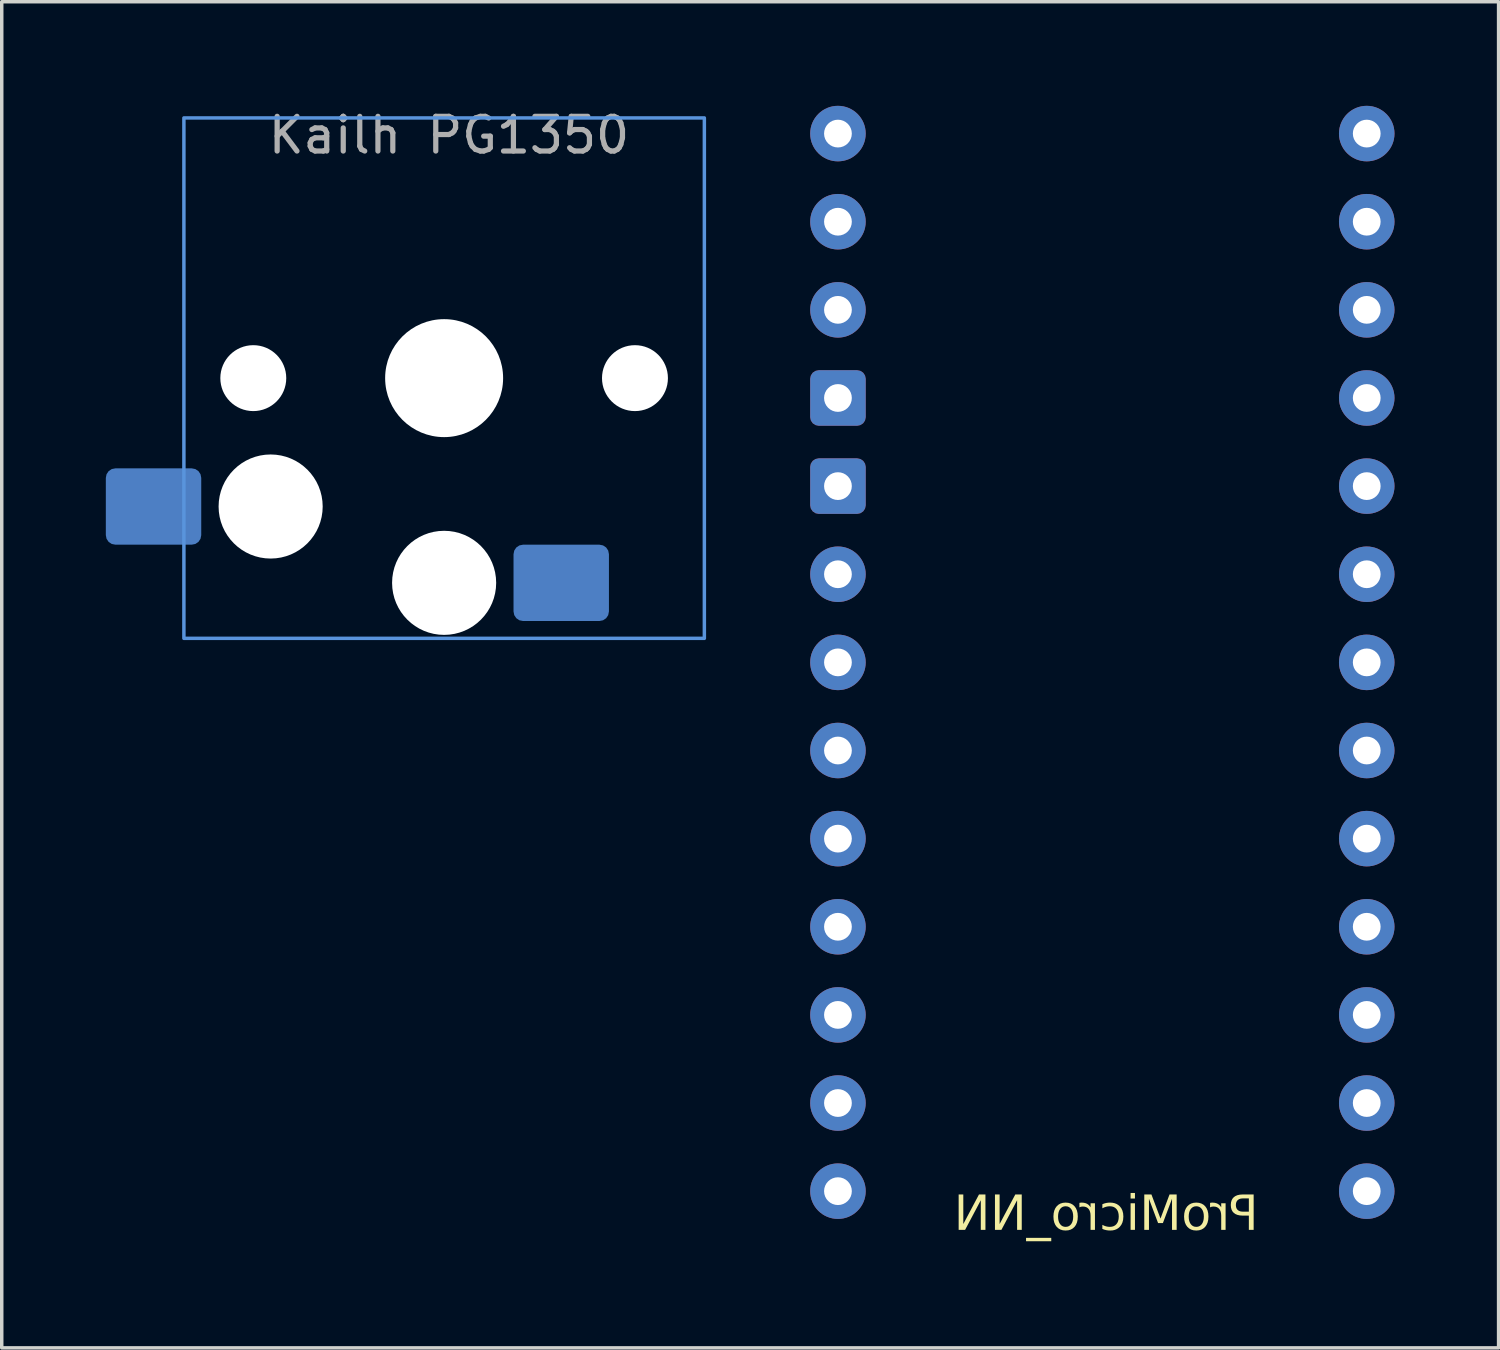
<source format=kicad_pcb>
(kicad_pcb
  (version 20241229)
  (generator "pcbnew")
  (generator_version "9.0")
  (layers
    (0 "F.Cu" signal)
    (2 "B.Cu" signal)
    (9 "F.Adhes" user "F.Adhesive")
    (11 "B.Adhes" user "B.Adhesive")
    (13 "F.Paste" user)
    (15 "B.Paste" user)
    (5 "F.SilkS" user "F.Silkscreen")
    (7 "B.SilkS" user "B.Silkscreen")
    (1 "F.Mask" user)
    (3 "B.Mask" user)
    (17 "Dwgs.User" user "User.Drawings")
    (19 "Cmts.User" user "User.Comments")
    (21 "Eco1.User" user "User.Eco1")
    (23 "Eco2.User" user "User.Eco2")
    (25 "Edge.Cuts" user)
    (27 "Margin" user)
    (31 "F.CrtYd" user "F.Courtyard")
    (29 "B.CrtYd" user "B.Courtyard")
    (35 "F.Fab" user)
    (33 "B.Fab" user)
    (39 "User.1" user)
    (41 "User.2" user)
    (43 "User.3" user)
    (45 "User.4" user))
  (footprint "ProMicro_NN"
    (layer "F.Cu")
    (at 29.1 15.92)
    (property "Reference" "ProMicro_NN" (at -0.27 16.06 0) (unlocked yes) (layer "F.SilkS") (effects (font (face "Fira Code") (size 1 1) (thickness 0.1)) (justify mirror)))
    (attr smd)
    (pad "" thru_hole circle (at -8 -15.12) (size 1.6 1.6) (drill 0.8) (layers "*.Cu" "*.Mask"))
    (pad "" thru_hole circle (at 7.24 -15.12) (size 1.6 1.6) (drill 0.8) (layers "*.Cu" "*.Mask"))
    (pad "1" thru_hole circle (at -8 -12.58) (size 1.6 1.6) (drill 0.8) (layers "*.Cu" "*.Mask"))
    (pad "2" thru_hole circle (at -8 -10.04) (size 1.6 1.6) (drill 0.8) (layers "*.Cu" "*.Mask"))
    (pad "3" thru_hole roundrect (at -8 -7.5) (size 1.6 1.6) (drill 0.8) (layers "*.Cu" "*.Mask") (roundrect_rratio 0.156))
    (pad "4" thru_hole roundrect (at -8 -4.96) (size 1.6 1.6) (drill 0.8) (layers "*.Cu" "*.Mask") (roundrect_rratio 0.156))
    (pad "5" thru_hole circle (at -8 -2.42) (size 1.6 1.6) (drill 0.8) (layers "*.Cu" "*.Mask"))
    (pad "6" thru_hole circle (at -8 0.12) (size 1.6 1.6) (drill 0.8) (layers "*.Cu" "*.Mask"))
    (pad "7" thru_hole circle (at -8 2.66) (size 1.6 1.6) (drill 0.8) (layers "*.Cu" "*.Mask"))
    (pad "8" thru_hole circle (at -8 5.2) (size 1.6 1.6) (drill 0.8) (layers "*.Cu" "*.Mask"))
    (pad "9" thru_hole circle (at -8 7.74) (size 1.6 1.6) (drill 0.8) (layers "*.Cu" "*.Mask"))
    (pad "10" thru_hole circle (at -8 10.28) (size 1.6 1.6) (drill 0.8) (layers "*.Cu" "*.Mask"))
    (pad "11" thru_hole circle (at -8 12.82) (size 1.6 1.6) (drill 0.8) (layers "*.Cu" "*.Mask"))
    (pad "12" thru_hole circle (at -8 15.36) (size 1.6 1.6) (drill 0.8) (layers "*.Cu" "*.Mask"))
    (pad "13" thru_hole circle (at 7.24 15.36) (size 1.6 1.6) (drill 0.8) (layers "*.Cu" "*.Mask"))
    (pad "14" thru_hole circle (at 7.24 12.82) (size 1.6 1.6) (drill 0.8) (layers "*.Cu" "*.Mask"))
    (pad "15" thru_hole circle (at 7.24 10.28) (size 1.6 1.6) (drill 0.8) (layers "*.Cu" "*.Mask"))
    (pad "16" thru_hole circle (at 7.24 7.74) (size 1.6 1.6) (drill 0.8) (layers "*.Cu" "*.Mask"))
    (pad "17" thru_hole circle (at 7.24 5.2) (size 1.6 1.6) (drill 0.8) (layers "*.Cu" "*.Mask"))
    (pad "18" thru_hole circle (at 7.24 2.66) (size 1.6 1.6) (drill 0.8) (layers "*.Cu" "*.Mask"))
    (pad "19" thru_hole circle (at 7.24 0.12) (size 1.6 1.6) (drill 0.8) (layers "*.Cu" "*.Mask"))
    (pad "20" thru_hole circle (at 7.24 -2.42) (size 1.6 1.6) (drill 0.8) (layers "*.Cu" "*.Mask"))
    (pad "21" thru_hole circle (at 7.24 -4.96) (size 1.6 1.6) (drill 0.8) (layers "*.Cu" "*.Mask"))
    (pad "22" thru_hole circle (at 7.24 -7.5) (size 1.6 1.6) (drill 0.8) (layers "*.Cu" "*.Mask"))
    (pad "23" thru_hole circle (at 7.24 -10.04) (size 1.6 1.6) (drill 0.8) (layers "*.Cu" "*.Mask"))
    (pad "24" thru_hole circle (at 7.24 -12.58) (size 1.6 1.6) (drill 0.8) (layers "*.Cu" "*.Mask")))
  (footprint "Kailh PG1350"
    (layer "F.Cu")
    (at 9.75 7.848)
    (property "Reference" "Kailh PG1350" (at 0.14 -7 0) (unlocked yes) (layer "F.Fab") (effects (font (size 1 1) (thickness 0.15))))
    (attr smd)
    (fp_rect (start -7.5 -7.5) (end 7.5 7.5) (stroke (width 0.1) (type solid)) (fill no) (layer "Cmts.User"))
    (pad "" np_thru_hole circle (at -5.5 0) (size 1.9 1.9) (drill 1.9) (layers "*.Cu" "*.Mask"))
    (pad "" np_thru_hole circle (at -5 3.7) (size 3 3) (drill 3) (layers "*.Cu" "*.Mask"))
    (pad "" np_thru_hole circle (at 0 0) (size 3.4 3.4) (drill 3.4) (layers "*.Cu" "*.Mask"))
    (pad "" np_thru_hole circle (at 0 5.9) (size 3 3) (drill 3) (layers "*.Cu" "*.Mask"))
    (pad "" np_thru_hole circle (at 5.5 0) (size 1.9 1.9) (drill 1.9) (layers "*.Cu" "*.Mask"))
    (pad "1" smd roundrect (at -8.375 3.7 180) (size 2.75 2.2) (layers "B.Cu" "B.Mask" "B.Paste") (roundrect_rratio 0.125))
    (pad "2" smd roundrect (at 3.375 5.9 180) (size 2.75 2.2) (layers "B.Cu" "B.Mask" "B.Paste") (roundrect_rratio 0.125)))
  (gr_rect
    (start -3 -3)
    (end 40.14 35.797)
    (stroke (width 0.1) (type default))
    (fill no)
    (layer "Edge.Cuts")))
</source>
